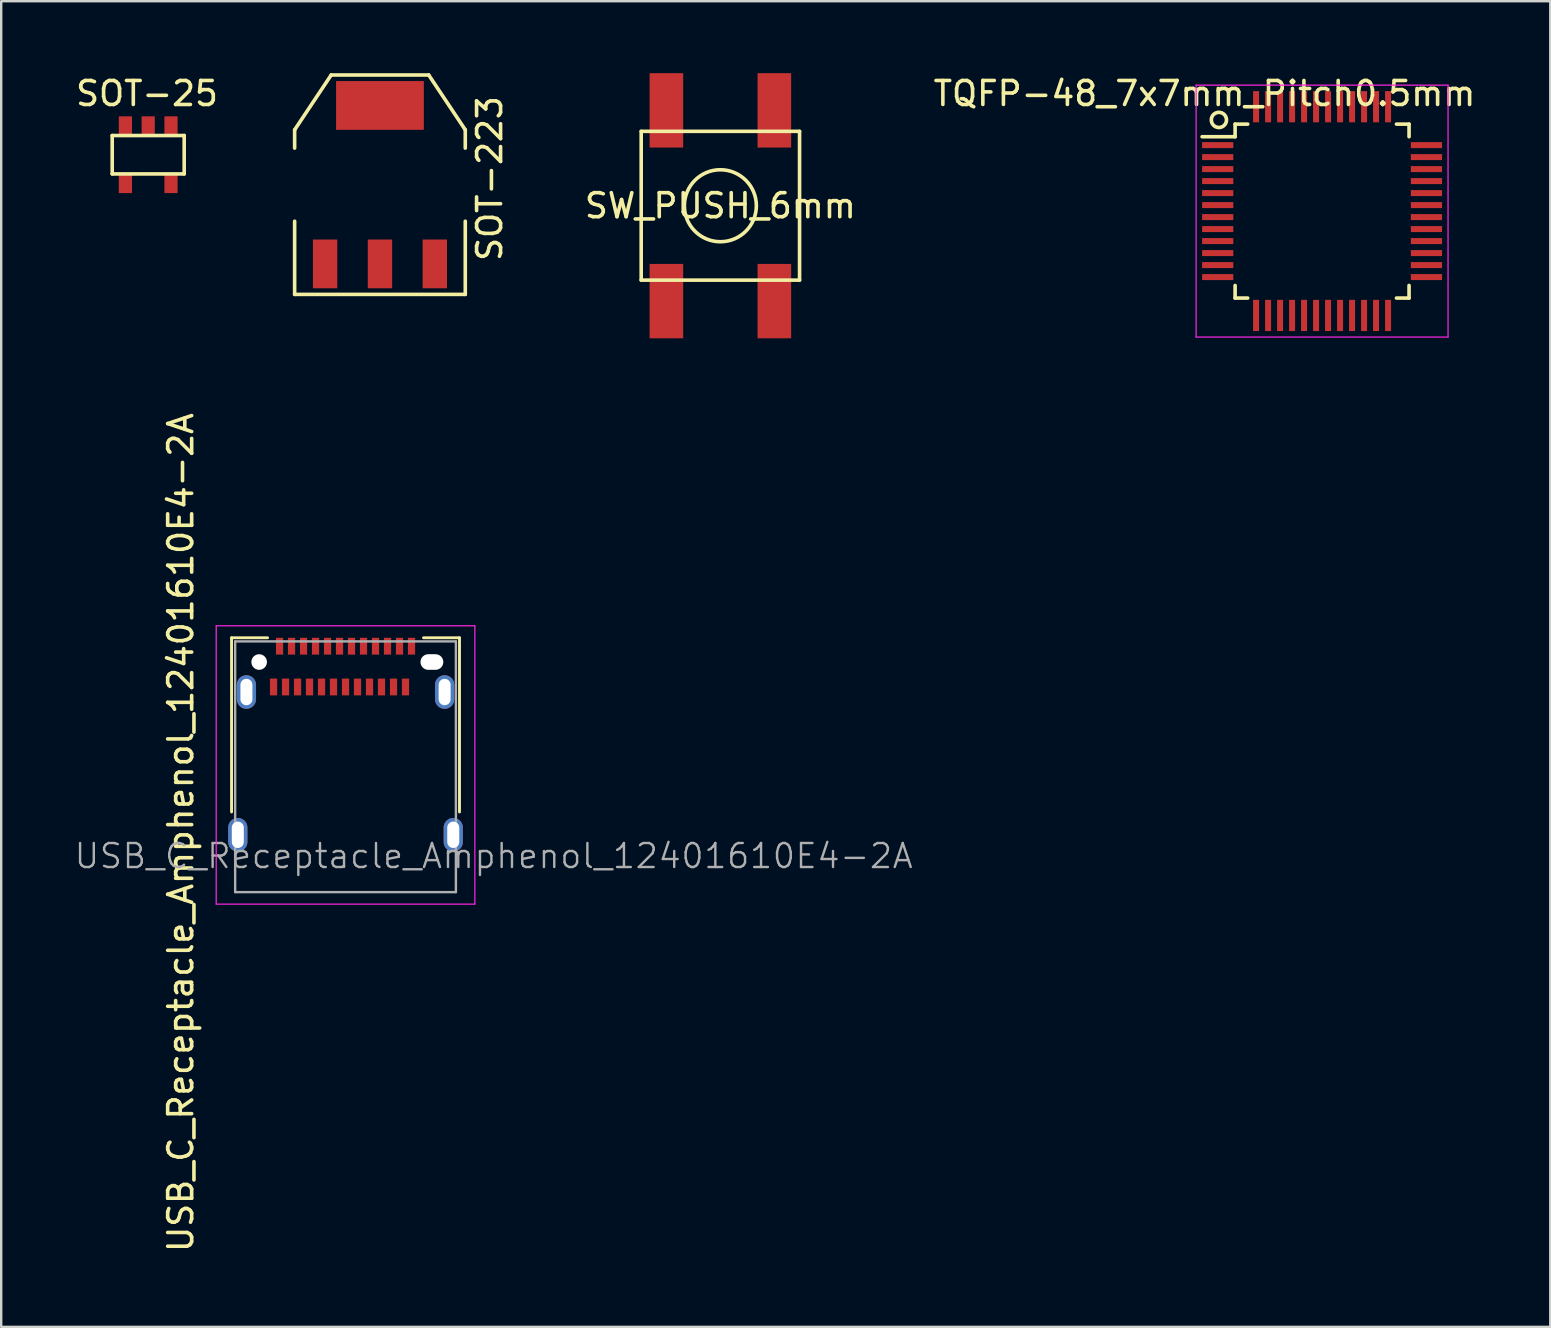
<source format=kicad_pcb>
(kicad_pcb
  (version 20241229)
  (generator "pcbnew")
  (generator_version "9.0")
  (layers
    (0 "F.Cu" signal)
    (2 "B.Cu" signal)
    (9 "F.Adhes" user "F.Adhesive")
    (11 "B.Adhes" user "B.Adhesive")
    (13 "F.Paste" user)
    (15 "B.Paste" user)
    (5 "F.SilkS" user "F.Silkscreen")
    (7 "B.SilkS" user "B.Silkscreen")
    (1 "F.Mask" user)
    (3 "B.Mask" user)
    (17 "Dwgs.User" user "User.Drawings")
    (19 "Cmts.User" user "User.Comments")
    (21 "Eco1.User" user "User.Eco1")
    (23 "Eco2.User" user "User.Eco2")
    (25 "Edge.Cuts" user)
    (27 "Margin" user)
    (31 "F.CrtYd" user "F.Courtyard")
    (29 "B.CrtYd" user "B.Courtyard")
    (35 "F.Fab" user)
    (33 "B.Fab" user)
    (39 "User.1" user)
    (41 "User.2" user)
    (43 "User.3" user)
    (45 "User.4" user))
  (footprint "TQFP-48_7x7mm_Pitch0.5mm"
    (layer "F.Cu")
    (at 52.052 5.748)
    (property "Reference" "TQFP-48_7x7mm_Pitch0.5mm" (at -4.9 -4.9 0) (layer "F.SilkS") (effects (font (size 1 1) (thickness 0.15))))
    (attr smd)
    (fp_line (start -3.625 -3.625) (end -3.625 -3.1) (stroke (width 0.15) (type solid)) (layer "F.SilkS"))
    (fp_line (start -3.625 -3.625) (end -3.1 -3.625) (stroke (width 0.15) (type solid)) (layer "F.SilkS"))
    (fp_line (start -3.625 -3.1) (end -5 -3.1) (stroke (width 0.15) (type solid)) (layer "F.SilkS"))
    (fp_line (start -3.625 3.625) (end -3.625 3.1) (stroke (width 0.15) (type solid)) (layer "F.SilkS"))
    (fp_line (start -3.625 3.625) (end -3.1 3.625) (stroke (width 0.15) (type solid)) (layer "F.SilkS"))
    (fp_line (start 3.625 -3.625) (end 3.1 -3.625) (stroke (width 0.15) (type solid)) (layer "F.SilkS"))
    (fp_line (start 3.625 -3.625) (end 3.625 -3.1) (stroke (width 0.15) (type solid)) (layer "F.SilkS"))
    (fp_line (start 3.625 3.625) (end 3.1 3.625) (stroke (width 0.15) (type solid)) (layer "F.SilkS"))
    (fp_line (start 3.625 3.625) (end 3.625 3.1) (stroke (width 0.15) (type solid)) (layer "F.SilkS"))
    (fp_circle (center -4.3 -3.8) (end -4 -3.7) (stroke (width 0.152) (type solid)) (fill no) (layer "F.SilkS"))
    (fp_line (start -5.25 -5.25) (end -5.25 5.25) (stroke (width 0.05) (type solid)) (layer "F.CrtYd"))
    (fp_line (start -5.25 -5.25) (end 5.25 -5.25) (stroke (width 0.05) (type solid)) (layer "F.CrtYd"))
    (fp_line (start -5.25 5.25) (end 5.25 5.25) (stroke (width 0.05) (type solid)) (layer "F.CrtYd"))
    (fp_line (start 5.25 -5.25) (end 5.25 5.25) (stroke (width 0.05) (type solid)) (layer "F.CrtYd"))
    (pad "1" smd rect (at -4.35 -2.75) (size 1.3 0.25) (layers "F.Cu" "F.Mask" "F.Paste"))
    (pad "2" smd rect (at -4.35 -2.25) (size 1.3 0.25) (layers "F.Cu" "F.Mask" "F.Paste"))
    (pad "3" smd rect (at -4.35 -1.75) (size 1.3 0.25) (layers "F.Cu" "F.Mask" "F.Paste"))
    (pad "4" smd rect (at -4.35 -1.25) (size 1.3 0.25) (layers "F.Cu" "F.Mask" "F.Paste"))
    (pad "5" smd rect (at -4.35 -0.75) (size 1.3 0.25) (layers "F.Cu" "F.Mask" "F.Paste"))
    (pad "6" smd rect (at -4.35 -0.25) (size 1.3 0.25) (layers "F.Cu" "F.Mask" "F.Paste"))
    (pad "7" smd rect (at -4.35 0.25) (size 1.3 0.25) (layers "F.Cu" "F.Mask" "F.Paste"))
    (pad "8" smd rect (at -4.35 0.75) (size 1.3 0.25) (layers "F.Cu" "F.Mask" "F.Paste"))
    (pad "9" smd rect (at -4.35 1.25) (size 1.3 0.25) (layers "F.Cu" "F.Mask" "F.Paste"))
    (pad "10" smd rect (at -4.35 1.75) (size 1.3 0.25) (layers "F.Cu" "F.Mask" "F.Paste"))
    (pad "11" smd rect (at -4.35 2.25) (size 1.3 0.25) (layers "F.Cu" "F.Mask" "F.Paste"))
    (pad "12" smd rect (at -4.35 2.75) (size 1.3 0.25) (layers "F.Cu" "F.Mask" "F.Paste"))
    (pad "13" smd rect (at -2.75 4.35 90) (size 1.3 0.25) (layers "F.Cu" "F.Mask" "F.Paste"))
    (pad "14" smd rect (at -2.25 4.35 90) (size 1.3 0.25) (layers "F.Cu" "F.Mask" "F.Paste"))
    (pad "15" smd rect (at -1.75 4.35 90) (size 1.3 0.25) (layers "F.Cu" "F.Mask" "F.Paste"))
    (pad "16" smd rect (at -1.25 4.35 90) (size 1.3 0.25) (layers "F.Cu" "F.Mask" "F.Paste"))
    (pad "17" smd rect (at -0.75 4.35 90) (size 1.3 0.25) (layers "F.Cu" "F.Mask" "F.Paste"))
    (pad "18" smd rect (at -0.25 4.35 90) (size 1.3 0.25) (layers "F.Cu" "F.Mask" "F.Paste"))
    (pad "19" smd rect (at 0.25 4.35 90) (size 1.3 0.25) (layers "F.Cu" "F.Mask" "F.Paste"))
    (pad "20" smd rect (at 0.75 4.35 90) (size 1.3 0.25) (layers "F.Cu" "F.Mask" "F.Paste"))
    (pad "21" smd rect (at 1.25 4.35 90) (size 1.3 0.25) (layers "F.Cu" "F.Mask" "F.Paste"))
    (pad "22" smd rect (at 1.75 4.35 90) (size 1.3 0.25) (layers "F.Cu" "F.Mask" "F.Paste"))
    (pad "23" smd rect (at 2.25 4.35 90) (size 1.3 0.25) (layers "F.Cu" "F.Mask" "F.Paste"))
    (pad "24" smd rect (at 2.75 4.35 90) (size 1.3 0.25) (layers "F.Cu" "F.Mask" "F.Paste"))
    (pad "25" smd rect (at 4.35 2.75) (size 1.3 0.25) (layers "F.Cu" "F.Mask" "F.Paste"))
    (pad "26" smd rect (at 4.35 2.25) (size 1.3 0.25) (layers "F.Cu" "F.Mask" "F.Paste"))
    (pad "27" smd rect (at 4.35 1.75) (size 1.3 0.25) (layers "F.Cu" "F.Mask" "F.Paste"))
    (pad "28" smd rect (at 4.35 1.25) (size 1.3 0.25) (layers "F.Cu" "F.Mask" "F.Paste"))
    (pad "29" smd rect (at 4.35 0.75) (size 1.3 0.25) (layers "F.Cu" "F.Mask" "F.Paste"))
    (pad "30" smd rect (at 4.35 0.25) (size 1.3 0.25) (layers "F.Cu" "F.Mask" "F.Paste"))
    (pad "31" smd rect (at 4.35 -0.25) (size 1.3 0.25) (layers "F.Cu" "F.Mask" "F.Paste"))
    (pad "32" smd rect (at 4.35 -0.75) (size 1.3 0.25) (layers "F.Cu" "F.Mask" "F.Paste"))
    (pad "33" smd rect (at 4.35 -1.25) (size 1.3 0.25) (layers "F.Cu" "F.Mask" "F.Paste"))
    (pad "34" smd rect (at 4.35 -1.75) (size 1.3 0.25) (layers "F.Cu" "F.Mask" "F.Paste"))
    (pad "35" smd rect (at 4.35 -2.25) (size 1.3 0.25) (layers "F.Cu" "F.Mask" "F.Paste"))
    (pad "36" smd rect (at 4.35 -2.75) (size 1.3 0.25) (layers "F.Cu" "F.Mask" "F.Paste"))
    (pad "37" smd rect (at 2.75 -4.35 90) (size 1.3 0.25) (layers "F.Cu" "F.Mask" "F.Paste"))
    (pad "38" smd rect (at 2.25 -4.35 90) (size 1.3 0.25) (layers "F.Cu" "F.Mask" "F.Paste"))
    (pad "39" smd rect (at 1.75 -4.35 90) (size 1.3 0.25) (layers "F.Cu" "F.Mask" "F.Paste"))
    (pad "40" smd rect (at 1.25 -4.35 90) (size 1.3 0.25) (layers "F.Cu" "F.Mask" "F.Paste"))
    (pad "41" smd rect (at 0.75 -4.35 90) (size 1.3 0.25) (layers "F.Cu" "F.Mask" "F.Paste"))
    (pad "42" smd rect (at 0.25 -4.35 90) (size 1.3 0.25) (layers "F.Cu" "F.Mask" "F.Paste"))
    (pad "43" smd rect (at -0.25 -4.35 90) (size 1.3 0.25) (layers "F.Cu" "F.Mask" "F.Paste"))
    (pad "44" smd rect (at -0.75 -4.35 90) (size 1.3 0.25) (layers "F.Cu" "F.Mask" "F.Paste"))
    (pad "45" smd rect (at -1.25 -4.35 90) (size 1.3 0.25) (layers "F.Cu" "F.Mask" "F.Paste"))
    (pad "46" smd rect (at -1.75 -4.35 90) (size 1.3 0.25) (layers "F.Cu" "F.Mask" "F.Paste"))
    (pad "47" smd rect (at -2.25 -4.35 90) (size 1.3 0.25) (layers "F.Cu" "F.Mask" "F.Paste"))
    (pad "48" smd rect (at -2.75 -4.35 90) (size 1.3 0.25) (layers "F.Cu" "F.Mask" "F.Paste")))
  (footprint "SOT-25"
    (layer "F.Cu")
    (at 3.127 3.398)
    (property "Reference" "SOT-25" (at -0.05 -2.55 0) (layer "F.SilkS") (effects (font (size 1 1) (thickness 0.15))))
    (attr smd)
    (fp_line (start -1.5 -0.8) (end 1.5 -0.8) (stroke (width 0.15) (type solid)) (layer "F.SilkS"))
    (fp_line (start -1.5 0.8) (end -1.5 -0.8) (stroke (width 0.15) (type solid)) (layer "F.SilkS"))
    (fp_line (start 1.5 -0.8) (end 1.5 0.8) (stroke (width 0.15) (type solid)) (layer "F.SilkS"))
    (fp_line (start 1.5 0.8) (end -1.5 0.8) (stroke (width 0.15) (type solid)) (layer "F.SilkS"))
    (pad "1" smd rect (at 0.95 -1.2) (size 0.55 0.8) (layers "F.Cu" "F.Mask" "F.Paste"))
    (pad "2" smd rect (at 0 -1.2) (size 0.55 0.8) (layers "F.Cu" "F.Mask" "F.Paste"))
    (pad "3" smd rect (at -0.95 -1.2) (size 0.55 0.8) (layers "F.Cu" "F.Mask" "F.Paste"))
    (pad "4" smd rect (at -0.95 1.2) (size 0.55 0.8) (layers "F.Cu" "F.Mask" "F.Paste"))
    (pad "5" smd rect (at 0.95 1.2) (size 0.55 0.8) (layers "F.Cu" "F.Mask" "F.Paste")))
  (footprint "USB_C_Receptacle_Amphenol_12401610E4-2A"
    (layer "F.Cu")
    (at 11.351 28.902)
    (property "Reference" "USB_C_Receptacle_Amphenol_12401610E4-2A" (at -6.868 2.749 270) (layer "F.SilkS") (effects (font (size 1 1) (thickness 0.15))))
    (attr smd)
    (fp_line (start -4.75 -5.37) (end -4.75 1.89) (stroke (width 0.12) (type solid)) (layer "F.SilkS"))
    (fp_line (start -4.75 -5.37) (end -3.25 -5.37) (stroke (width 0.12) (type solid)) (layer "F.SilkS"))
    (fp_line (start 3.25 -5.37) (end 4.75 -5.37) (stroke (width 0.12) (type solid)) (layer "F.SilkS"))
    (fp_line (start 4.75 -5.37) (end 4.75 1.89) (stroke (width 0.12) (type solid)) (layer "F.SilkS"))
    (fp_line (start -5.39 -5.87) (end 5.39 -5.87) (stroke (width 0.05) (type solid)) (layer "F.CrtYd"))
    (fp_line (start -5.39 5.73) (end -5.39 -5.87) (stroke (width 0.05) (type solid)) (layer "F.CrtYd"))
    (fp_line (start 5.39 -5.87) (end 5.39 5.73) (stroke (width 0.05) (type solid)) (layer "F.CrtYd"))
    (fp_line (start 5.39 5.73) (end -5.39 5.73) (stroke (width 0.05) (type solid)) (layer "F.CrtYd"))
    (fp_line (start -4.6 -5.22) (end 4.6 -5.22) (stroke (width 0.1) (type solid)) (layer "F.Fab"))
    (fp_line (start -4.6 5.23) (end -4.6 -5.22) (stroke (width 0.1) (type solid)) (layer "F.Fab"))
    (fp_line (start -4.6 5.23) (end 4.6 5.23) (stroke (width 0.1) (type solid)) (layer "F.Fab"))
    (fp_line (start 4.6 5.23) (end 4.6 -5.22) (stroke (width 0.1) (type solid)) (layer "F.Fab"))
    (fp_text user "${REFERENCE}" (at 6.175 3.725 0) (layer "F.Fab") (effects (font (size 1 1) (thickness 0.1))))
    (pad "" np_thru_hole circle (at -3.6 -4.36) (size 0.65 0.65) (drill 0.65) (layers "*.Cu" "*.Mask"))
    (pad "" np_thru_hole oval (at 3.6 -4.36) (size 0.95 0.65) (drill oval 0.95 0.65) (layers "*.Cu" "*.Mask"))
    (pad "A1" smd rect (at -2.75 -5.02) (size 0.3 0.7) (layers "F.Cu" "F.Mask" "F.Paste"))
    (pad "A2" smd rect (at -2.25 -5.02) (size 0.3 0.7) (layers "F.Cu" "F.Mask" "F.Paste"))
    (pad "A3" smd rect (at -1.75 -5.02) (size 0.3 0.7) (layers "F.Cu" "F.Mask" "F.Paste"))
    (pad "A4" smd rect (at -1.25 -5.02) (size 0.3 0.7) (layers "F.Cu" "F.Mask" "F.Paste"))
    (pad "A5" smd rect (at -0.75 -5.02) (size 0.3 0.7) (layers "F.Cu" "F.Mask" "F.Paste"))
    (pad "A6" smd rect (at -0.25 -5.02) (size 0.3 0.7) (layers "F.Cu" "F.Mask" "F.Paste"))
    (pad "A7" smd rect (at 0.25 -5.02) (size 0.3 0.7) (layers "F.Cu" "F.Mask" "F.Paste"))
    (pad "A8" smd rect (at 0.75 -5.02) (size 0.3 0.7) (layers "F.Cu" "F.Mask" "F.Paste"))
    (pad "A9" smd rect (at 1.25 -5.02) (size 0.3 0.7) (layers "F.Cu" "F.Mask" "F.Paste"))
    (pad "A10" smd rect (at 1.75 -5.02) (size 0.3 0.7) (layers "F.Cu" "F.Mask" "F.Paste"))
    (pad "A11" smd rect (at 2.25 -5.02) (size 0.3 0.7) (layers "F.Cu" "F.Mask" "F.Paste"))
    (pad "A12" smd rect (at 2.75 -5.02) (size 0.3 0.7) (layers "F.Cu" "F.Mask" "F.Paste"))
    (pad "B1" smd rect (at 2.5 -3.32) (size 0.3 0.7) (layers "F.Cu" "F.Mask" "F.Paste"))
    (pad "B2" smd rect (at 2 -3.32) (size 0.3 0.7) (layers "F.Cu" "F.Mask" "F.Paste"))
    (pad "B3" smd rect (at 1.5 -3.32) (size 0.3 0.7) (layers "F.Cu" "F.Mask" "F.Paste"))
    (pad "B4" smd rect (at 1 -3.32) (size 0.3 0.7) (layers "F.Cu" "F.Mask" "F.Paste"))
    (pad "B5" smd rect (at 0.5 -3.32) (size 0.3 0.7) (layers "F.Cu" "F.Mask" "F.Paste"))
    (pad "B6" smd rect (at 0 -3.32) (size 0.3 0.7) (layers "F.Cu" "F.Mask" "F.Paste"))
    (pad "B7" smd rect (at -0.5 -3.32) (size 0.3 0.7) (layers "F.Cu" "F.Mask" "F.Paste"))
    (pad "B8" smd rect (at -1 -3.32) (size 0.3 0.7) (layers "F.Cu" "F.Mask" "F.Paste"))
    (pad "B9" smd rect (at -1.5 -3.32) (size 0.3 0.7) (layers "F.Cu" "F.Mask" "F.Paste"))
    (pad "B10" smd rect (at -2 -3.32) (size 0.3 0.7) (layers "F.Cu" "F.Mask" "F.Paste"))
    (pad "B11" smd rect (at -2.5 -3.32) (size 0.3 0.7) (layers "F.Cu" "F.Mask" "F.Paste"))
    (pad "B12" smd rect (at -3 -3.32) (size 0.3 0.7) (layers "F.Cu" "F.Mask" "F.Paste"))
    (pad "S1" thru_hole oval (at -4.49 2.84) (size 0.8 1.4) (drill oval 0.5 1.1) (layers "*.Cu" "*.Mask" "F.Paste"))
    (pad "S1" thru_hole oval (at -4.13 -3.11) (size 0.8 1.4) (drill oval 0.5 1.1) (layers "*.Cu" "*.Mask" "F.Paste"))
    (pad "S1" thru_hole oval (at 4.13 -3.11) (size 0.8 1.4) (drill oval 0.5 1.1) (layers "*.Cu" "*.Mask" "F.Paste"))
    (pad "S1" thru_hole oval (at 4.49 2.84) (size 0.8 1.4) (drill oval 0.5 1.1) (layers "*.Cu" "*.Mask" "F.Paste")))
  (footprint "SW_PUSH_6mm"
    (layer "F.Cu")
    (at 26.974 5.525)
    (property "Reference" "SW_PUSH_6mm" (at 0 0 0) (layer "F.SilkS") (effects (font (size 1 1) (thickness 0.15))))
    (attr through_hole)
    (fp_line (start -3.3 -3.1) (end 3.3 -3.1) (stroke (width 0.15) (type solid)) (layer "F.SilkS"))
    (fp_line (start -3.3 3.1) (end -3.3 -3.1) (stroke (width 0.15) (type solid)) (layer "F.SilkS"))
    (fp_line (start -3.3 3.1) (end 3.3 3.1) (stroke (width 0.15) (type solid)) (layer "F.SilkS"))
    (fp_line (start 3.3 -3.1) (end 3.3 3.1) (stroke (width 0.15) (type solid)) (layer "F.SilkS"))
    (fp_circle (center 0 0) (end 1.5 0) (stroke (width 0.15) (type solid)) (fill no) (layer "F.SilkS"))
    (pad "1" smd rect (at -2.25 -3.975) (size 1.4 3.1) (layers "F.Cu" "F.Mask" "F.Paste"))
    (pad "2" smd rect (at 2.25 -3.975) (size 1.4 3.1) (layers "F.Cu" "F.Mask" "F.Paste"))
    (pad "3" smd rect (at -2.25 3.975) (size 1.4 3.1) (layers "F.Cu" "F.Mask" "F.Paste"))
    (pad "4" smd rect (at 2.25 3.975) (size 1.4 3.1) (layers "F.Cu" "F.Mask" "F.Paste")))
  (footprint "SOT-223"
    (layer "F.Cu")
    (at 12.786 4.647)
    (property "Reference" "SOT-223" (at 4.572 -0.254 270) (layer "F.SilkS") (effects (font (size 1 1) (thickness 0.15))))
    (attr smd)
    (fp_line (start -3.556 -2.286) (end -2.032 -4.572) (stroke (width 0.15) (type solid)) (layer "F.SilkS"))
    (fp_line (start -3.556 -1.524) (end -3.556 -2.286) (stroke (width 0.15) (type solid)) (layer "F.SilkS"))
    (fp_line (start -3.556 1.524) (end -3.556 4.572) (stroke (width 0.15) (type solid)) (layer "F.SilkS"))
    (fp_line (start -3.556 4.572) (end 3.556 4.572) (stroke (width 0.15) (type solid)) (layer "F.SilkS"))
    (fp_line (start -2.032 -4.572) (end 2.032 -4.572) (stroke (width 0.15) (type solid)) (layer "F.SilkS"))
    (fp_line (start 2.032 -4.572) (end 3.556 -2.286) (stroke (width 0.15) (type solid)) (layer "F.SilkS"))
    (fp_line (start 3.556 -2.286) (end 3.556 -1.524) (stroke (width 0.15) (type solid)) (layer "F.SilkS"))
    (fp_line (start 3.556 4.572) (end 3.556 1.524) (stroke (width 0.15) (type solid)) (layer "F.SilkS"))
    (pad "1" smd rect (at -2.286 3.302) (size 1.016 2.032) (layers "F.Cu" "F.Mask" "F.Paste"))
    (pad "2" smd rect (at 0 -3.302) (size 3.658 2.032) (layers "F.Cu" "F.Mask" "F.Paste"))
    (pad "2" smd rect (at 0 3.302) (size 1.016 2.032) (layers "F.Cu" "F.Mask" "F.Paste"))
    (pad "3" smd rect (at 2.286 3.302) (size 1.016 2.032) (layers "F.Cu" "F.Mask" "F.Paste")))
  (gr_rect
    (start -3 -3)
    (end 61.563 52.252)
    (stroke (width 0.1) (type default))
    (fill no)
    (layer "Edge.Cuts")))
</source>
